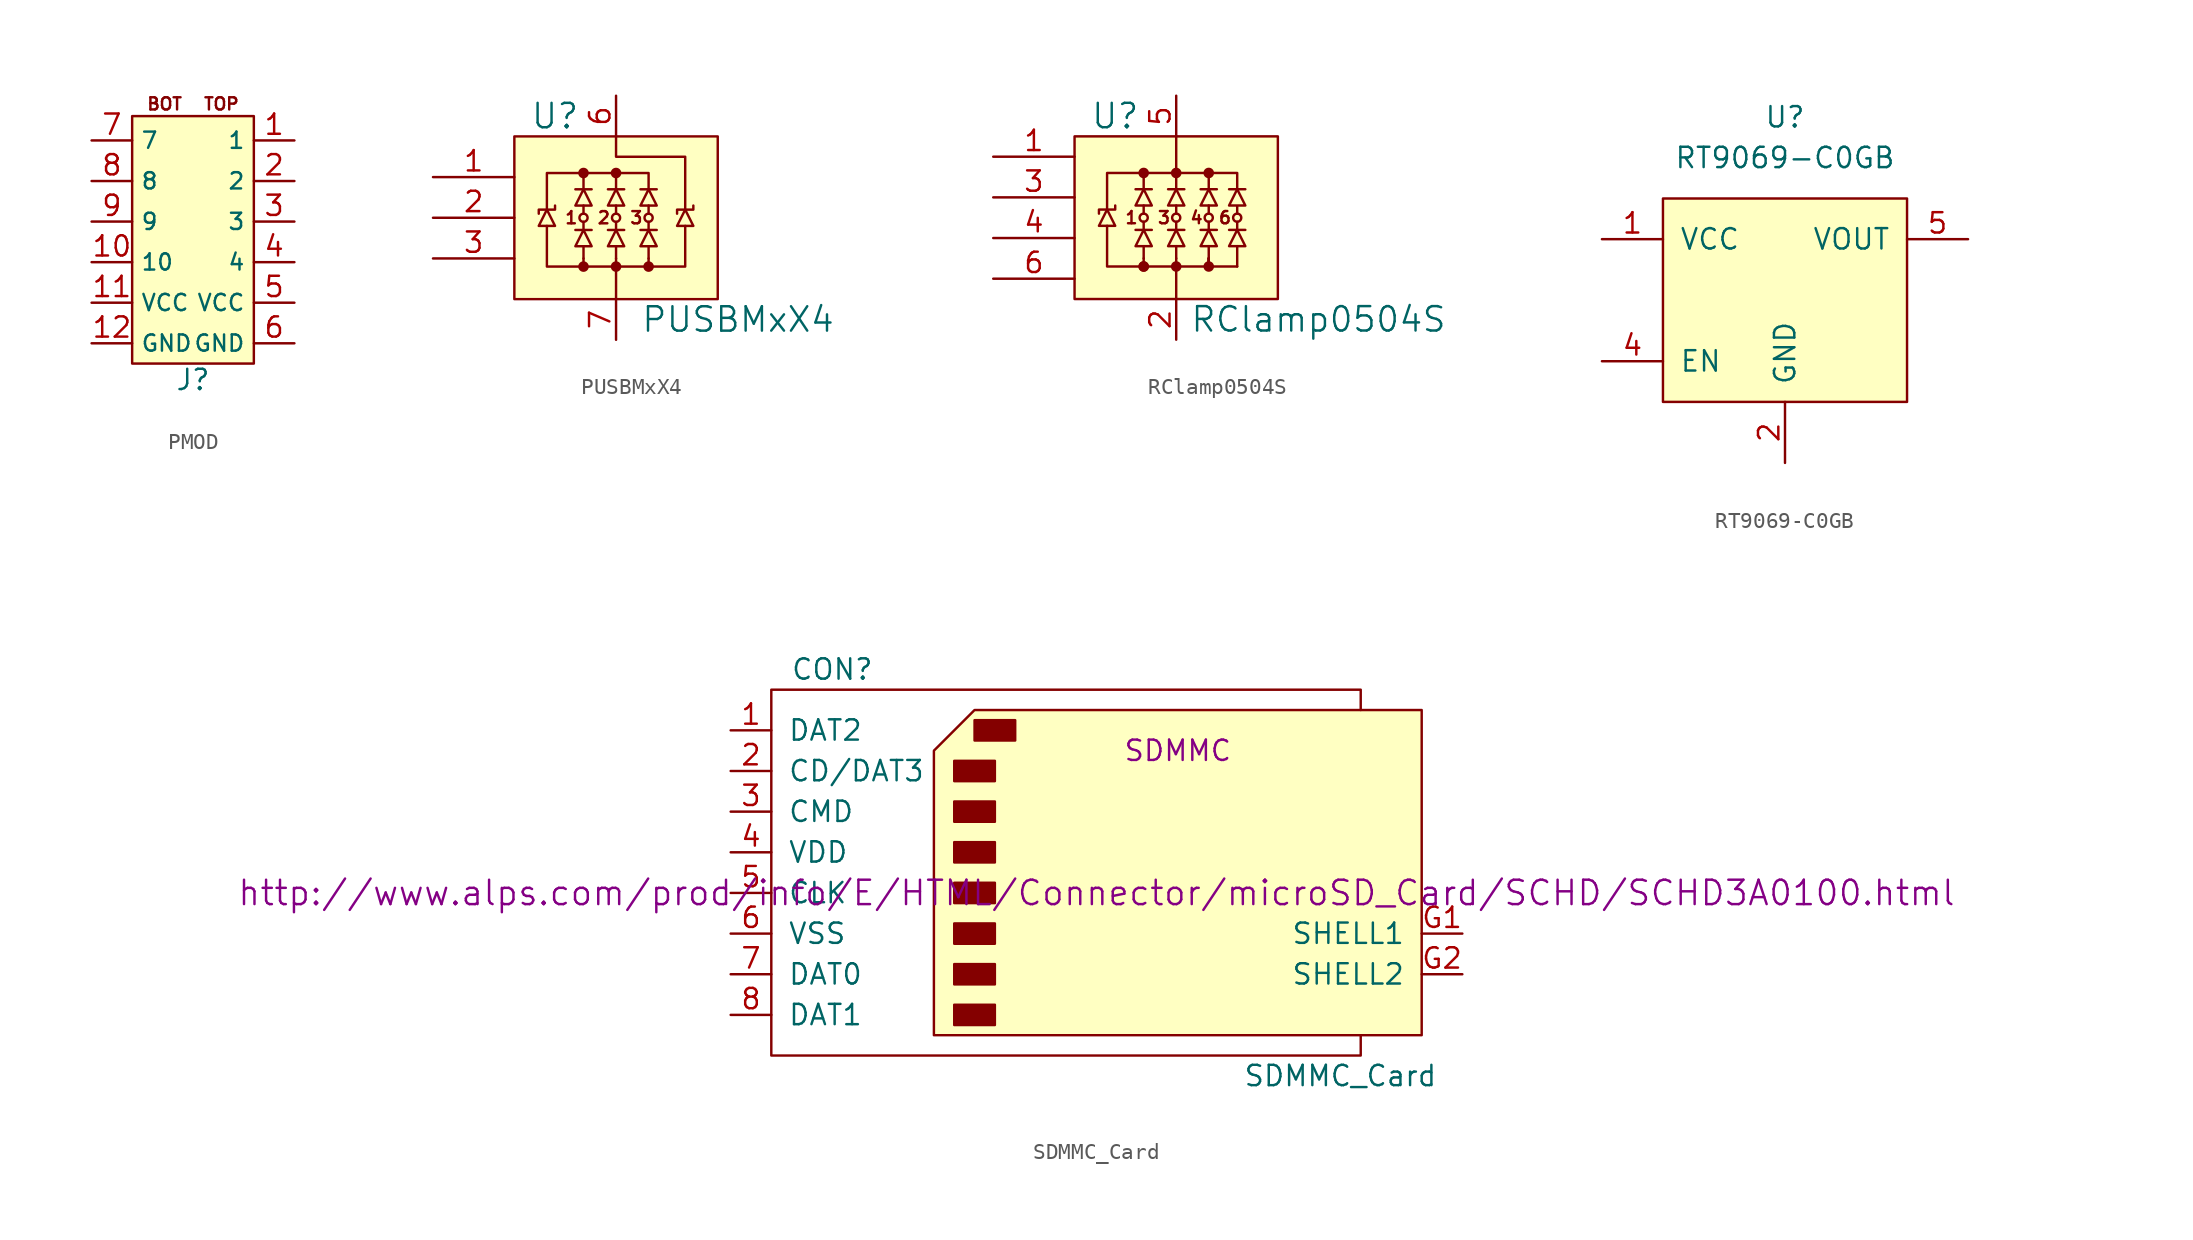
<source format=kicad_sym>
(kicad_symbol_lib
  (version 20231120)
  (generator "kicad_symbol_editor")
  (generator_version "8.0")
  (symbol "PMOD"
    (property "Reference" "J"
      (at 0 -8.636 0)
      (effects (font (size 1.27 1.27))))
    (property "Value" ""
      (at 0 -0.318 0)
      (effects (font (size 1.27 1.27))))
    (symbol "PMOD_1_1"
      (rectangle (start -3.81 7.874) (end 3.81 -7.62) (stroke (width 0) (type default)) (fill (type background)))
      (text "BOT" (at -1.778 8.636 0) (effects (font (size 0.762 0.762))))
      (text "TOP" (at 1.778 8.636 0) (effects (font (size 0.762 0.762))))
      (pin passive line (at 6.35 6.35 180) (length 2.54) (name "1" (effects (font (size 1.016 1.016)))) (number "1" (effects (font (size 1.27 1.27)))))
      (pin passive line (at -6.35 -1.27 0) (length 2.54) (name "10" (effects (font (size 1.016 1.016)))) (number "10" (effects (font (size 1.27 1.27)))))
      (pin passive line (at -6.35 -3.81 0) (length 2.54) (name "VCC" (effects (font (size 1.016 1.016)))) (number "11" (effects (font (size 1.27 1.27)))))
      (pin passive line (at -6.35 -6.35 0) (length 2.54) (name "GND" (effects (font (size 1.016 1.016)))) (number "12" (effects (font (size 1.27 1.27)))))
      (pin passive line (at 6.35 3.81 180) (length 2.54) (name "2" (effects (font (size 1.016 1.016)))) (number "2" (effects (font (size 1.27 1.27)))))
      (pin passive line (at 6.35 1.27 180) (length 2.54) (name "3" (effects (font (size 1.016 1.016)))) (number "3" (effects (font (size 1.27 1.27)))))
      (pin passive line (at 6.35 -1.27 180) (length 2.54) (name "4" (effects (font (size 1.016 1.016)))) (number "4" (effects (font (size 1.27 1.27)))))
      (pin passive line (at 6.35 -3.81 180) (length 2.54) (name "VCC" (effects (font (size 1.016 1.016)))) (number "5" (effects (font (size 1.27 1.27)))))
      (pin passive line (at 6.35 -6.35 180) (length 2.54) (name "GND" (effects (font (size 1.016 1.016)))) (number "6" (effects (font (size 1.27 1.27)))))
      (pin passive line (at -6.35 6.35 0) (length 2.54) (name "7" (effects (font (size 1.016 1.016)))) (number "7" (effects (font (size 1.27 1.27)))))
      (pin passive line (at -6.35 3.81 0) (length 2.54) (name "8" (effects (font (size 1.016 1.016)))) (number "8" (effects (font (size 1.27 1.27)))))
      (pin passive line (at -6.35 1.27 0) (length 2.54) (name "9" (effects (font (size 1.016 1.016)))) (number "9" (effects (font (size 1.27 1.27)))))))
  (symbol "PUSBMxX4"
    (pin_names
      (offset 1.016))
    (property "Reference" "U"
      (at -3.81 6.35 0)
      (effects (font (size 1.524 1.524))))
    (property "Value" "PUSBMxX4"
      (at 7.62 -6.35 0)
      (effects (font (size 1.524 1.524))))
    (property "Footprint" ""
      (at -1.27 0.254 0)
      (effects (font (size 1.524 1.524))))
    (property "Datasheet" ""
      (at -1.27 0.254 0)
      (effects (font (size 1.524 1.524))))
    (symbol "PUSBMxX4_0_0"
      (text "1" (at -2.794 0 0) (effects (font (size 0.762 0.762) (bold yes))))
      (text "2" (at -0.762 0 0) (effects (font (size 0.762 0.762) (bold yes))))
      (text "3" (at 1.27 0 0) (effects (font (size 0.762 0.762)))))
    (symbol "PUSBMxX4_0_1"
      (rectangle (start -6.35 5.08) (end 6.35 -5.08) (stroke (width 0) (type default)) (fill (type background)))
      (circle (center -2.032 -3.048) (radius 0.254) (stroke (width 0) (type default)) (fill (type outline)))
      (circle (center -2.032 0) (radius 0.254) (stroke (width 0) (type default)) (fill (type none)))
      (circle (center -2.032 2.794) (radius 0.254) (stroke (width 0) (type default)) (fill (type outline)))
      (circle (center 0 -3.048) (radius 0.254) (stroke (width 0) (type default)) (fill (type outline)))
      (polyline (pts (xy -2.54 -0.762) (xy -1.524 -0.762)) (stroke (width 0) (type default)) (fill (type none)))
      (polyline (pts (xy -2.54 1.778) (xy -1.524 1.778)) (stroke (width 0) (type default)) (fill (type none)))
      (polyline (pts (xy -2.032 -2.54) (xy -2.032 -3.048)) (stroke (width 0) (type default)) (fill (type none)))
      (polyline (pts (xy -2.032 -1.778) (xy -2.032 -2.54)) (stroke (width 0) (type default)) (fill (type none)))
      (polyline (pts (xy -2.032 -0.254) (xy -2.032 -0.762)) (stroke (width 0) (type default)) (fill (type none)))
      (polyline (pts (xy -2.032 0.762) (xy -2.032 0.254)) (stroke (width 0) (type default)) (fill (type none)))
      (polyline (pts (xy -2.032 2.794) (xy -2.032 1.778)) (stroke (width 0) (type default)) (fill (type none)))
      (polyline (pts (xy -0.508 -0.762) (xy 0.508 -0.762)) (stroke (width 0) (type default)) (fill (type none)))
      (polyline (pts (xy -0.508 1.778) (xy 0.508 1.778)) (stroke (width 0) (type default)) (fill (type none)))
      (polyline (pts (xy 0 -3.048) (xy 0 -5.08)) (stroke (width 0) (type default)) (fill (type none)))
      (polyline (pts (xy 0 -2.54) (xy 0 -3.048)) (stroke (width 0) (type default)) (fill (type none)))
      (polyline (pts (xy 0 -1.778) (xy 0 -2.54)) (stroke (width 0) (type default)) (fill (type none)))
      (polyline (pts (xy 0 -0.254) (xy 0 -0.762)) (stroke (width 0) (type default)) (fill (type none)))
      (polyline (pts (xy 0 0.254) (xy 0 0.762)) (stroke (width 0) (type default)) (fill (type none)))
      (polyline (pts (xy 0 2.794) (xy 0 1.778)) (stroke (width 0) (type default)) (fill (type none)))
      (polyline (pts (xy 1.524 -0.762) (xy 2.54 -0.762)) (stroke (width 0) (type default)) (fill (type none)))
      (polyline (pts (xy 1.524 1.778) (xy 2.54 1.778)) (stroke (width 0) (type default)) (fill (type none)))
      (polyline (pts (xy 2.032 -2.54) (xy 2.032 -3.048)) (stroke (width 0) (type default)) (fill (type none)))
      (polyline (pts (xy 2.032 -1.778) (xy 2.032 -2.54)) (stroke (width 0) (type default)) (fill (type none)))
      (polyline (pts (xy 2.032 -0.254) (xy 2.032 -0.762)) (stroke (width 0) (type default)) (fill (type none)))
      (polyline (pts (xy 2.032 0.762) (xy 2.032 0.254)) (stroke (width 0) (type default)) (fill (type none)))
      (polyline (pts (xy -4.826 0.254) (xy -4.826 0.508) (xy -3.81 0.508) (xy -3.81 0.762)) (stroke (width 0) (type default)) (fill (type none)))
      (polyline (pts (xy -4.318 -0.508) (xy -4.318 -3.048) (xy 4.318 -3.048) (xy 4.318 -0.508)) (stroke (width 0) (type default)) (fill (type none)))
      (polyline (pts (xy -4.318 0.508) (xy -4.826 -0.508) (xy -3.81 -0.508) (xy -4.318 0.508)) (stroke (width 0) (type default)) (fill (type none)))
      (polyline (pts (xy -4.318 0.508) (xy -4.318 2.794) (xy 2.032 2.794) (xy 2.032 1.778)) (stroke (width 0) (type default)) (fill (type none)))
      (polyline (pts (xy -2.032 -0.762) (xy -2.54 -1.778) (xy -1.524 -1.778) (xy -2.032 -0.762)) (stroke (width 0) (type default)) (fill (type none)))
      (polyline (pts (xy -2.032 1.778) (xy -2.54 0.762) (xy -1.524 0.762) (xy -2.032 1.778)) (stroke (width 0) (type default)) (fill (type none)))
      (polyline (pts (xy 0 -0.762) (xy -0.508 -1.778) (xy 0.508 -1.778) (xy 0 -0.762)) (stroke (width 0) (type default)) (fill (type none)))
      (polyline (pts (xy 0 1.778) (xy -0.508 0.762) (xy 0.508 0.762) (xy 0 1.778)) (stroke (width 0) (type default)) (fill (type none)))
      (polyline (pts (xy 2.032 -0.762) (xy 1.524 -1.778) (xy 2.54 -1.778) (xy 2.032 -0.762)) (stroke (width 0) (type default)) (fill (type none)))
      (polyline (pts (xy 2.032 1.778) (xy 1.524 0.762) (xy 2.54 0.762) (xy 2.032 1.778)) (stroke (width 0) (type default)) (fill (type none)))
      (polyline (pts (xy 3.81 0.254) (xy 3.81 0.508) (xy 4.826 0.508) (xy 4.826 0.762)) (stroke (width 0) (type default)) (fill (type none)))
      (polyline (pts (xy 4.318 0.508) (xy 3.81 -0.508) (xy 4.826 -0.508) (xy 4.318 0.508)) (stroke (width 0) (type default)) (fill (type none)))
      (polyline (pts (xy 4.318 0.508) (xy 4.318 3.81) (xy 0 3.81) (xy 0 5.08)) (stroke (width 0) (type default)) (fill (type none)))
      (circle (center 0 0) (radius 0.254) (stroke (width 0) (type default)) (fill (type none)))
      (circle (center 0 2.794) (radius 0.254) (stroke (width 0) (type default)) (fill (type outline)))
      (circle (center 2.032 -3.048) (radius 0.254) (stroke (width 0) (type default)) (fill (type outline)))
      (circle (center 2.032 0) (radius 0.254) (stroke (width 0) (type default)) (fill (type none))))
    (symbol "PUSBMxX4_1_1"
      (pin input line (at -11.43 2.54 0) (length 5.08) (name "~" (effects (font (size 1.27 1.27)))) (number "1" (effects (font (size 1.27 1.27)))))
      (pin input line (at -11.43 0 0) (length 5.08) (name "~" (effects (font (size 1.27 1.27)))) (number "2" (effects (font (size 1.27 1.27)))))
      (pin input line (at -11.43 -2.54 0) (length 5.08) (name "~" (effects (font (size 1.27 1.27)))) (number "3" (effects (font (size 1.27 1.27)))))
      (pin no_connect line (at 11.43 2.54 180) (length 5.08) hide (name "NC" (effects (font (size 1.27 1.27)))) (number "4" (effects (font (size 1.27 1.27)))))
      (pin no_connect line (at 11.43 -2.54 180) (length 5.08) hide (name "NC" (effects (font (size 1.27 1.27)))) (number "5" (effects (font (size 1.27 1.27)))))
      (pin power_in line (at 0 7.62 270) (length 2.54) (name "~" (effects (font (size 1.27 1.27)))) (number "6" (effects (font (size 1.27 1.27)))))
      (pin power_in line (at 0 -7.62 90) (length 2.54) (name "~" (effects (font (size 1.27 1.27)))) (number "7" (effects (font (size 1.27 1.27)))))))
  (symbol "RClamp0504S"
    (pin_names
      (offset 1.016))
    (property "Reference" "U"
      (at -3.81 6.35 0)
      (effects (font (size 1.524 1.524))))
    (property "Value" "RClamp0504S"
      (at 8.89 -6.35 0)
      (effects (font (size 1.524 1.524))))
    (property "Footprint" ""
      (at -1.27 0.254 0)
      (effects (font (size 1.524 1.524))))
    (property "Datasheet" ""
      (at -1.27 0.254 0)
      (effects (font (size 1.524 1.524))))
    (symbol "RClamp0504S_0_0"
      (polyline (pts (xy -2.032 -3.048) (xy 0 -3.048)) (stroke (width 0) (type default)) (fill (type none)))
      (polyline (pts (xy 0 -3.048) (xy 2.032 -3.048)) (stroke (width 0) (type default)) (fill (type none)))
      (polyline (pts (xy 0 2.794) (xy 0 5.08)) (stroke (width 0) (type default)) (fill (type none)))
      (polyline (pts (xy 2.032 -3.048) (xy 3.81 -3.048)) (stroke (width 0) (type default)) (fill (type none)))
      (polyline (pts (xy -4.318 -0.508) (xy -4.318 -3.048) (xy -2.032 -3.048)) (stroke (width 0) (type default)) (fill (type none)))
      (text "1" (at -2.794 0 0) (effects (font (size 0.762 0.762) (bold yes))))
      (text "3" (at -0.762 0 0) (effects (font (size 0.762 0.762))))
      (text "4" (at 1.27 0 0) (effects (font (size 0.762 0.762))))
      (text "6" (at 3.048 0 0) (effects (font (size 0.762 0.762)))))
    (symbol "RClamp0504S_0_1"
      (rectangle (start -6.35 5.08) (end 6.35 -5.08) (stroke (width 0) (type default)) (fill (type background)))
      (circle (center -2.032 -3.048) (radius 0.254) (stroke (width 0) (type default)) (fill (type outline)))
      (circle (center -2.032 -3.048) (radius 0.254) (stroke (width 0) (type default)) (fill (type outline)))
      (circle (center -2.032 0) (radius 0.254) (stroke (width 0) (type default)) (fill (type none)))
      (circle (center -2.032 2.794) (radius 0.254) (stroke (width 0) (type default)) (fill (type outline)))
      (circle (center 0 -3.048) (radius 0.254) (stroke (width 0) (type default)) (fill (type outline)))
      (polyline (pts (xy -2.54 -0.762) (xy -1.524 -0.762)) (stroke (width 0) (type default)) (fill (type none)))
      (polyline (pts (xy -2.54 1.778) (xy -1.524 1.778)) (stroke (width 0) (type default)) (fill (type none)))
      (polyline (pts (xy -2.032 -2.54) (xy -2.032 -3.048)) (stroke (width 0) (type default)) (fill (type none)))
      (polyline (pts (xy -2.032 -1.778) (xy -2.032 -2.54)) (stroke (width 0) (type default)) (fill (type none)))
      (polyline (pts (xy -2.032 -0.254) (xy -2.032 -0.762)) (stroke (width 0) (type default)) (fill (type none)))
      (polyline (pts (xy -2.032 0.762) (xy -2.032 0.254)) (stroke (width 0) (type default)) (fill (type none)))
      (polyline (pts (xy -2.032 2.794) (xy -2.032 1.778)) (stroke (width 0) (type default)) (fill (type none)))
      (polyline (pts (xy -0.508 -0.762) (xy 0.508 -0.762)) (stroke (width 0) (type default)) (fill (type none)))
      (polyline (pts (xy -0.508 1.778) (xy 0.508 1.778)) (stroke (width 0) (type default)) (fill (type none)))
      (polyline (pts (xy 0 -3.048) (xy 0 -5.08)) (stroke (width 0) (type default)) (fill (type none)))
      (polyline (pts (xy 0 -2.54) (xy 0 -3.048)) (stroke (width 0) (type default)) (fill (type none)))
      (polyline (pts (xy 0 -1.778) (xy 0 -2.54)) (stroke (width 0) (type default)) (fill (type none)))
      (polyline (pts (xy 0 -0.254) (xy 0 -0.762)) (stroke (width 0) (type default)) (fill (type none)))
      (polyline (pts (xy 0 0.254) (xy 0 0.762)) (stroke (width 0) (type default)) (fill (type none)))
      (polyline (pts (xy 0 2.794) (xy 0 1.778)) (stroke (width 0) (type default)) (fill (type none)))
      (polyline (pts (xy 1.524 -0.762) (xy 2.54 -0.762)) (stroke (width 0) (type default)) (fill (type none)))
      (polyline (pts (xy 1.524 1.778) (xy 2.54 1.778)) (stroke (width 0) (type default)) (fill (type none)))
      (polyline (pts (xy 2.032 -2.54) (xy 2.032 -3.048)) (stroke (width 0) (type default)) (fill (type none)))
      (polyline (pts (xy 2.032 -2.54) (xy 2.032 -3.048)) (stroke (width 0) (type default)) (fill (type none)))
      (polyline (pts (xy 2.032 -2.54) (xy 2.032 -3.048)) (stroke (width 0) (type default)) (fill (type none)))
      (polyline (pts (xy 2.032 -2.54) (xy 2.032 -3.048)) (stroke (width 0) (type default)) (fill (type none)))
      (polyline (pts (xy 2.032 -1.778) (xy 2.032 -2.54)) (stroke (width 0) (type default)) (fill (type none)))
      (polyline (pts (xy 2.032 -0.254) (xy 2.032 -0.762)) (stroke (width 0) (type default)) (fill (type none)))
      (polyline (pts (xy 2.032 0.762) (xy 2.032 0.254)) (stroke (width 0) (type default)) (fill (type none)))
      (polyline (pts (xy 3.302 -0.762) (xy 4.318 -0.762)) (stroke (width 0) (type default)) (fill (type none)))
      (polyline (pts (xy 3.302 1.778) (xy 4.318 1.778)) (stroke (width 0) (type default)) (fill (type none)))
      (polyline (pts (xy 3.81 -1.778) (xy 3.81 -3.048)) (stroke (width 0) (type default)) (fill (type none)))
      (polyline (pts (xy 3.81 -0.254) (xy 3.81 -0.762)) (stroke (width 0) (type default)) (fill (type none)))
      (polyline (pts (xy 2.032 2.794) (xy 3.81 2.794) (xy 3.81 1.778)) (stroke (width 0) (type default)) (fill (type none)))
      (polyline (pts (xy -4.826 0.254) (xy -4.826 0.508) (xy -3.81 0.508) (xy -3.81 0.762)) (stroke (width 0) (type default)) (fill (type none)))
      (polyline (pts (xy -4.318 0.508) (xy -4.826 -0.508) (xy -3.81 -0.508) (xy -4.318 0.508)) (stroke (width 0) (type default)) (fill (type none)))
      (polyline (pts (xy -4.318 0.508) (xy -4.318 2.794) (xy 2.032 2.794) (xy 2.032 1.778)) (stroke (width 0) (type default)) (fill (type none)))
      (polyline (pts (xy -2.032 -0.762) (xy -2.54 -1.778) (xy -1.524 -1.778) (xy -2.032 -0.762)) (stroke (width 0) (type default)) (fill (type none)))
      (polyline (pts (xy -2.032 1.778) (xy -2.54 0.762) (xy -1.524 0.762) (xy -2.032 1.778)) (stroke (width 0) (type default)) (fill (type none)))
      (polyline (pts (xy 0 -0.762) (xy -0.508 -1.778) (xy 0.508 -1.778) (xy 0 -0.762)) (stroke (width 0) (type default)) (fill (type none)))
      (polyline (pts (xy 0 1.778) (xy -0.508 0.762) (xy 0.508 0.762) (xy 0 1.778)) (stroke (width 0) (type default)) (fill (type none)))
      (polyline (pts (xy 2.032 -0.762) (xy 1.524 -1.778) (xy 2.54 -1.778) (xy 2.032 -0.762)) (stroke (width 0) (type default)) (fill (type none)))
      (polyline (pts (xy 2.032 1.778) (xy 1.524 0.762) (xy 2.54 0.762) (xy 2.032 1.778)) (stroke (width 0) (type default)) (fill (type none)))
      (polyline (pts (xy 3.81 -0.762) (xy 3.302 -1.778) (xy 4.318 -1.778) (xy 3.81 -0.762)) (stroke (width 0) (type default)) (fill (type none)))
      (polyline (pts (xy 3.81 0.254) (xy 3.81 0.762) (xy 3.302 0.762) (xy 3.81 1.778) (xy 4.318 0.762) (xy 3.81 0.762)) (stroke (width 0) (type default)) (fill (type none)))
      (circle (center 0 0) (radius 0.254) (stroke (width 0) (type default)) (fill (type none)))
      (circle (center 0 2.794) (radius 0.254) (stroke (width 0) (type default)) (fill (type outline)))
      (circle (center 2.032 -3.048) (radius 0.254) (stroke (width 0) (type default)) (fill (type outline)))
      (circle (center 2.032 0) (radius 0.254) (stroke (width 0) (type default)) (fill (type none)))
      (circle (center 2.032 2.794) (radius 0.254) (stroke (width 0) (type default)) (fill (type outline)))
      (circle (center 3.81 0) (radius 0.254) (stroke (width 0) (type default)) (fill (type none))))
    (symbol "RClamp0504S_1_1"
      (pin input line (at -11.43 3.81 0) (length 5.08) (name "~" (effects (font (size 1.27 1.27)))) (number "1" (effects (font (size 1.27 1.27)))))
      (pin power_in line (at 0 -7.62 90) (length 2.54) (name "~" (effects (font (size 1.27 1.27)))) (number "2" (effects (font (size 1.27 1.27)))))
      (pin input line (at -11.43 1.27 0) (length 5.08) (name "~" (effects (font (size 1.27 1.27)))) (number "3" (effects (font (size 1.27 1.27)))))
      (pin input line (at -11.43 -1.27 0) (length 5.08) (name "~" (effects (font (size 1.27 1.27)))) (number "4" (effects (font (size 1.27 1.27)))))
      (pin power_in line (at 0 7.62 270) (length 2.54) (name "~" (effects (font (size 1.27 1.27)))) (number "5" (effects (font (size 1.27 1.27)))))
      (pin input line (at -11.43 -3.81 0) (length 5.08) (name "~" (effects (font (size 1.27 1.27)))) (number "6" (effects (font (size 1.27 1.27)))))))
  (symbol "RT9069-C0GB"
    (pin_names
      (offset 1.016))
    (property "Reference" "U"
      (at 0 11.43 0)
      (effects (font (size 1.27 1.27))))
    (property "Value" "RT9069-C0GB"
      (at 0 8.89 0)
      (effects (font (size 1.27 1.27))))
    (symbol "RT9069-C0GB_0_1"
      (rectangle (start -7.62 6.35) (end 7.62 -6.35) (stroke (width 0) (type default)) (fill (type background))))
    (symbol "RT9069-C0GB_1_1"
      (pin power_in line (at -11.43 3.81 0) (length 3.81) (name "VCC" (effects (font (size 1.27 1.27)))) (number "1" (effects (font (size 1.27 1.27)))))
      (pin power_in line (at 0 -10.16 90) (length 3.81) (name "GND" (effects (font (size 1.27 1.27)))) (number "2" (effects (font (size 1.27 1.27)))))
      (pin input line (at -11.43 -3.81 0) (length 3.81) (name "EN" (effects (font (size 1.27 1.27)))) (number "4" (effects (font (size 1.27 1.27)))))
      (pin power_out line (at 11.43 3.81 180) (length 3.81) (name "VOUT" (effects (font (size 1.27 1.27)))) (number "5" (effects (font (size 1.27 1.27)))))))
  (symbol "SDMMC_Card"
    (pin_names
      (offset 1.016))
    (property "Reference" "CON"
      (at -16.51 13.97 0)
      (effects (font (size 1.27 1.27))))
    (property "Value" "SDMMC_Card"
      (at 15.24 -11.43 0)
      (effects (font (size 1.27 1.27))))
    (property "Footprint" "SDMMC"
      (at 5.08 8.89 0)
      (effects (font (size 1.27 1.27))))
    (property "Datasheet" "http://www.alps.com/prod/info/E/HTML/Connector/microSD_Card/SCHD/SCHD3A0100.html"
      (at 0 0 0)
      (effects (font (size 1.524 1.524))))
    (symbol "SDMMC_Card_0_1"
      (rectangle (start -8.89 -6.985) (end -6.35 -8.255) (stroke (width 0) (type default)) (fill (type outline)))
      (rectangle (start -8.89 -4.445) (end -6.35 -5.715) (stroke (width 0) (type default)) (fill (type outline)))
      (rectangle (start -8.89 -1.905) (end -6.35 -3.175) (stroke (width 0) (type default)) (fill (type outline)))
      (rectangle (start -8.89 0.635) (end -6.35 -0.635) (stroke (width 0) (type default)) (fill (type outline)))
      (rectangle (start -8.89 3.175) (end -6.35 1.905) (stroke (width 0) (type default)) (fill (type outline)))
      (rectangle (start -8.89 5.715) (end -6.35 4.445) (stroke (width 0) (type default)) (fill (type outline)))
      (rectangle (start -8.89 8.255) (end -6.35 6.985) (stroke (width 0) (type default)) (fill (type outline)))
      (rectangle (start -7.62 10.795) (end -5.08 9.525) (stroke (width 0) (type default)) (fill (type outline)))
      (polyline (pts (xy 16.51 11.43) (xy 16.51 12.7) (xy -20.32 12.7) (xy -20.32 -10.16) (xy 16.51 -10.16) (xy 16.51 -8.89)) (stroke (width 0) (type default)) (fill (type none)))
      (polyline (pts (xy 20.32 11.43) (xy -7.62 11.43) (xy -10.16 8.89) (xy -10.16 -8.89) (xy 20.32 -8.89) (xy 20.32 11.43)) (stroke (width 0) (type default)) (fill (type background))))
    (symbol "SDMMC_Card_1_1"
      (pin input line (at -22.86 10.16 0) (length 2.54) (name "DAT2" (effects (font (size 1.27 1.27)))) (number "1" (effects (font (size 1.27 1.27)))))
      (pin input line (at -22.86 7.62 0) (length 2.54) (name "CD/DAT3" (effects (font (size 1.27 1.27)))) (number "2" (effects (font (size 1.27 1.27)))))
      (pin input line (at -22.86 5.08 0) (length 2.54) (name "CMD" (effects (font (size 1.27 1.27)))) (number "3" (effects (font (size 1.27 1.27)))))
      (pin input line (at -22.86 2.54 0) (length 2.54) (name "VDD" (effects (font (size 1.27 1.27)))) (number "4" (effects (font (size 1.27 1.27)))))
      (pin input line (at -22.86 0 0) (length 2.54) (name "CLK" (effects (font (size 1.27 1.27)))) (number "5" (effects (font (size 1.27 1.27)))))
      (pin input line (at -22.86 -2.54 0) (length 2.54) (name "VSS" (effects (font (size 1.27 1.27)))) (number "6" (effects (font (size 1.27 1.27)))))
      (pin input line (at -22.86 -5.08 0) (length 2.54) (name "DAT0" (effects (font (size 1.27 1.27)))) (number "7" (effects (font (size 1.27 1.27)))))
      (pin input line (at -22.86 -7.62 0) (length 2.54) (name "DAT1" (effects (font (size 1.27 1.27)))) (number "8" (effects (font (size 1.27 1.27)))))
      (pin input line (at 22.86 -2.54 180) (length 2.54) (name "SHELL1" (effects (font (size 1.27 1.27)))) (number "G1" (effects (font (size 1.27 1.27)))))
      (pin input line (at 22.86 -5.08 180) (length 2.54) (name "SHELL2" (effects (font (size 1.27 1.27)))) (number "G2" (effects (font (size 1.27 1.27))))))))
</source>
